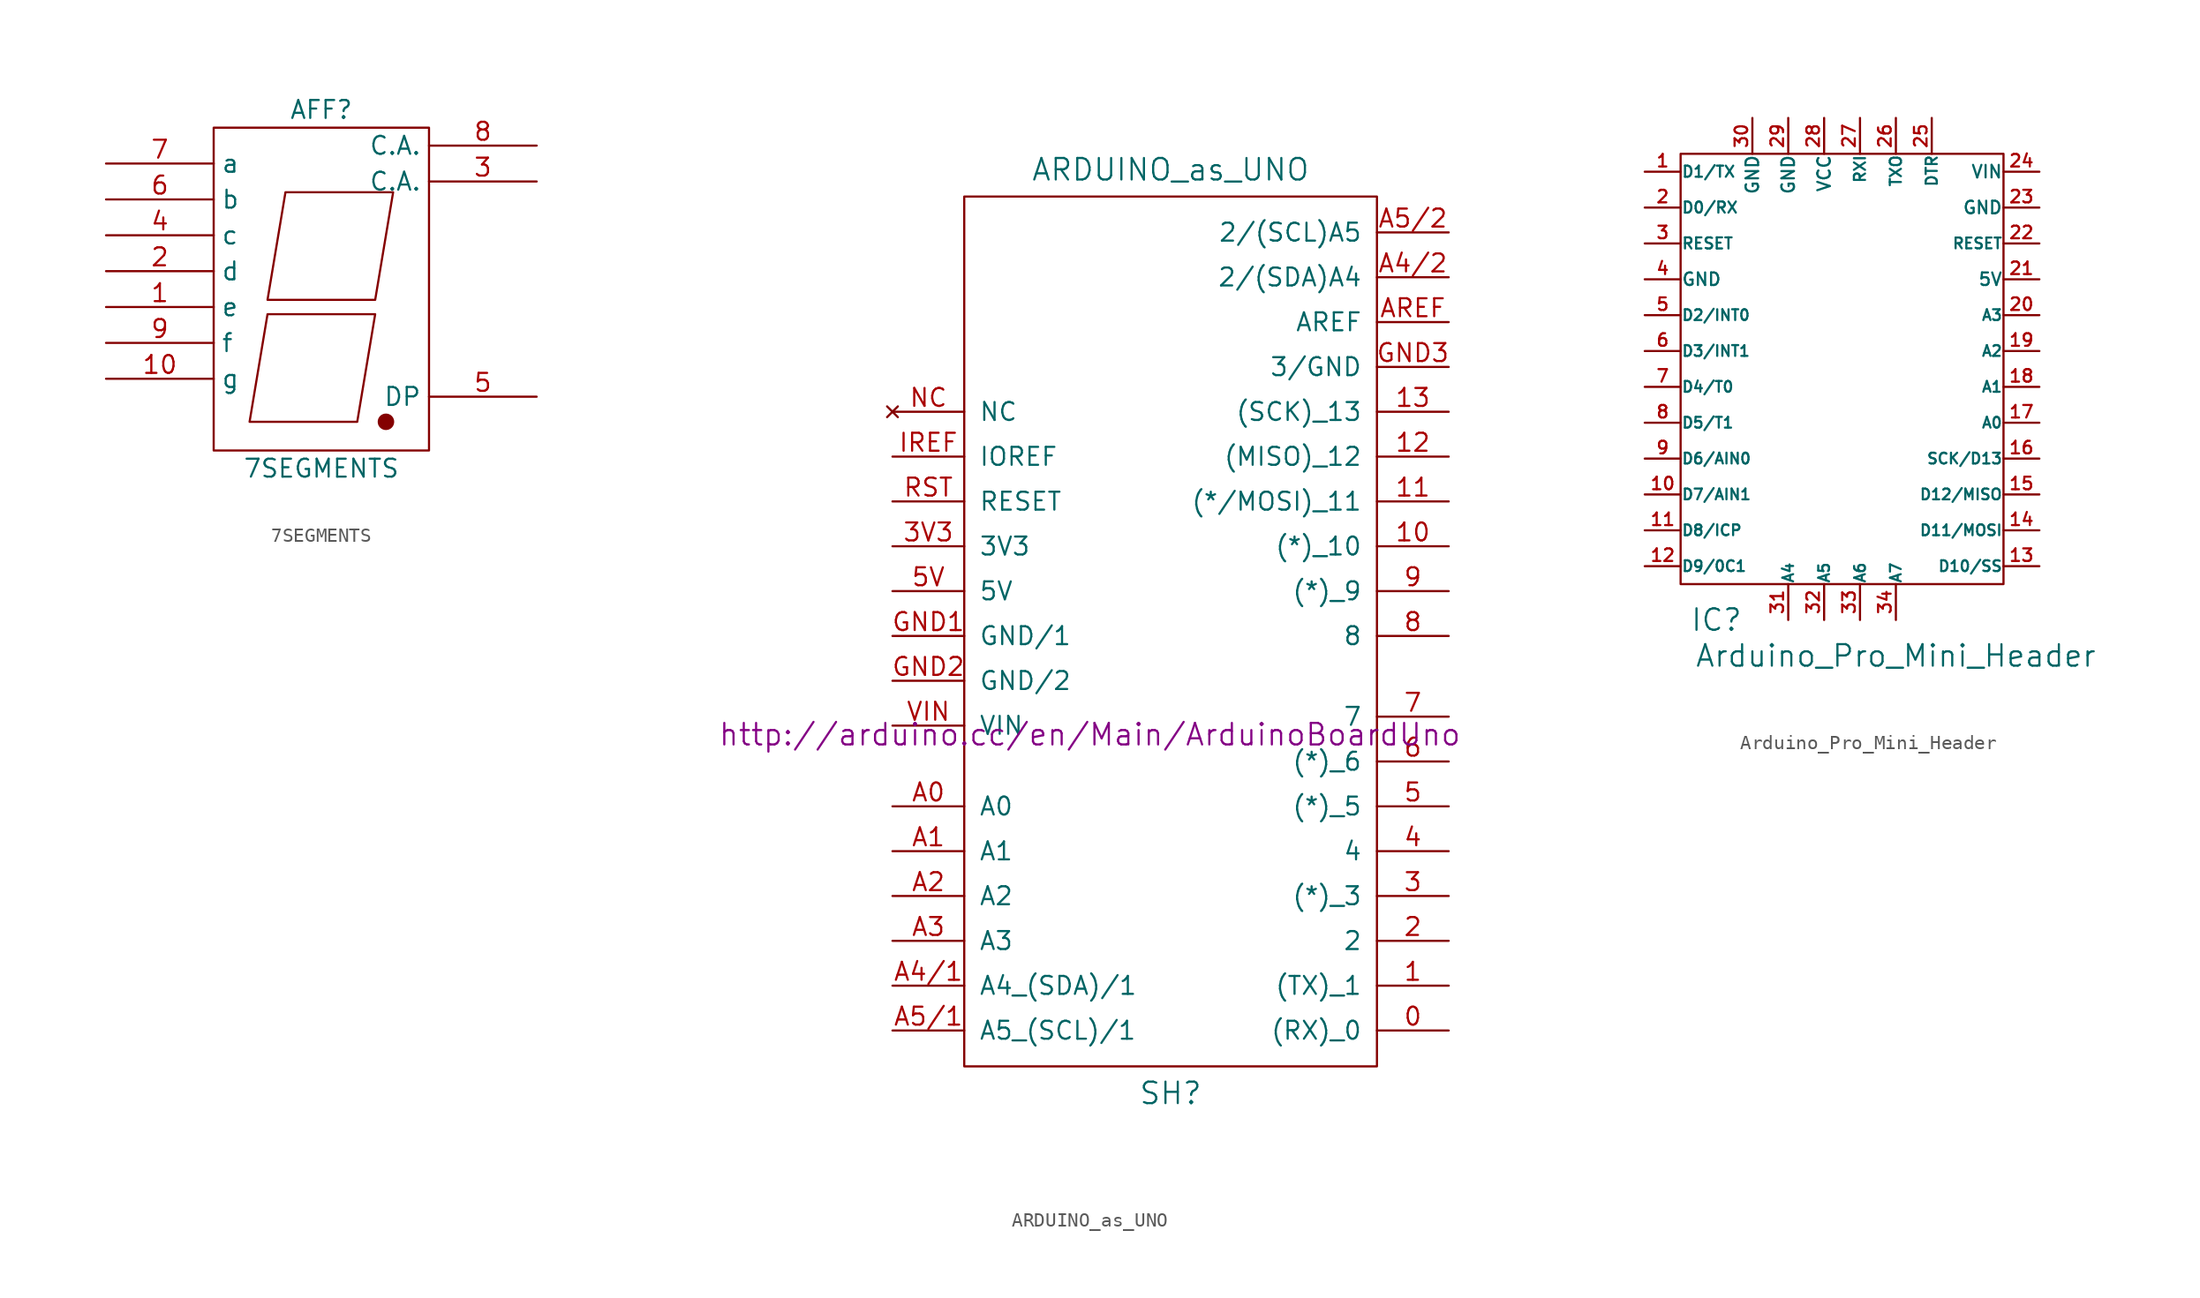
<source format=kicad_sym>
(kicad_symbol_lib
  (version 20211014)
  (generator kicad_symbol_editor)
  (symbol "7SEGMENTS"
    (property "Reference" "AFF"
      (at 0 13.97 0)
      (effects (font (size 1.27 1.27))))
    (property "Value" "7SEGMENTS"
      (at 0 -11.43 0)
      (effects (font (size 1.27 1.27))))
    (property "Footprint" ""
      (at 0 0 0)
      (effects (font (size 1.27 1.27))))
    (property "Datasheet" ""
      (at 0 0 0)
      (effects (font (size 1.27 1.27))))
    (symbol "7SEGMENTS_0_1"
      (rectangle (start -7.62 12.7) (end 7.62 -10.16) (stroke (width 0) (type default) (color 0 0 0 0)) (fill (type none)))
      (polyline (pts (xy -3.81 -0.508) (xy 3.81 -0.508) (xy 2.54 -8.128) (xy -5.08 -8.128) (xy -3.81 -0.508) (xy -3.81 -0.508)) (stroke (width 0) (type default) (color 0 0 0 0)) (fill (type none)))
      (polyline (pts (xy -2.54 8.128) (xy 5.08 8.128) (xy 3.81 0.508) (xy -3.81 0.508) (xy -2.54 8.128) (xy -2.54 8.128)) (stroke (width 0) (type default) (color 0 0 0 0)) (fill (type none)))
      (circle (center 4.572 -8.128) (radius 0.508) (stroke (width 0) (type default) (color 0 0 0 0)) (fill (type outline))))
    (symbol "7SEGMENTS_1_1"
      (pin input line (at -15.24 0 0) (length 7.62) (name "e" (effects (font (size 1.27 1.27)))) (number "1" (effects (font (size 1.27 1.27)))))
      (pin input line (at -15.24 -5.08 0) (length 7.62) (name "g" (effects (font (size 1.27 1.27)))) (number "10" (effects (font (size 1.27 1.27)))))
      (pin input line (at -15.24 2.54 0) (length 7.62) (name "d" (effects (font (size 1.27 1.27)))) (number "2" (effects (font (size 1.27 1.27)))))
      (pin input line (at 15.24 8.89 180) (length 7.62) (name "C.A." (effects (font (size 1.27 1.27)))) (number "3" (effects (font (size 1.27 1.27)))))
      (pin input line (at -15.24 5.08 0) (length 7.62) (name "c" (effects (font (size 1.27 1.27)))) (number "4" (effects (font (size 1.27 1.27)))))
      (pin input line (at 15.24 -6.35 180) (length 7.62) (name "DP" (effects (font (size 1.27 1.27)))) (number "5" (effects (font (size 1.27 1.27)))))
      (pin input line (at -15.24 7.62 0) (length 7.62) (name "b" (effects (font (size 1.27 1.27)))) (number "6" (effects (font (size 1.27 1.27)))))
      (pin input line (at -15.24 10.16 0) (length 7.62) (name "a" (effects (font (size 1.27 1.27)))) (number "7" (effects (font (size 1.27 1.27)))))
      (pin input line (at 15.24 11.43 180) (length 7.62) (name "C.A." (effects (font (size 1.27 1.27)))) (number "8" (effects (font (size 1.27 1.27)))))
      (pin input line (at -15.24 -2.54 0) (length 7.62) (name "f" (effects (font (size 1.27 1.27)))) (number "9" (effects (font (size 1.27 1.27)))))))
  (symbol "ARDUINO_as_UNO"
    (pin_names
      (offset 1.016))
    (property "Reference" "SH"
      (at 0.635 -31.115 0)
      (effects (font (size 1.524 1.524))))
    (property "Value" "ARDUINO_as_UNO"
      (at 0.635 34.29 0)
      (effects (font (size 1.524 1.524))))
    (property "Footprint" ""
      (at -5.08 -5.715 0)
      (effects (font (size 1.524 1.524))))
    (property "Datasheet" "http://arduino.cc/en/Main/ArduinoBoardUno"
      (at -5.08 -5.715 0)
      (effects (font (size 1.524 1.524))))
    (symbol "ARDUINO_as_UNO_0_1"
      (rectangle (start -13.97 -29.21) (end 15.24 32.385) (stroke (width 0) (type default) (color 0 0 0 0)) (fill (type none))))
    (symbol "ARDUINO_as_UNO_1_1"
      (pin input line (at 20.32 -26.67 180) (length 5.08) (name "(RX)_0" (effects (font (size 1.27 1.27)))) (number "0" (effects (font (size 1.27 1.27)))))
      (pin input line (at 20.32 -23.495 180) (length 5.08) (name "(TX)_1" (effects (font (size 1.27 1.27)))) (number "1" (effects (font (size 1.27 1.27)))))
      (pin input line (at 20.32 7.62 180) (length 5.08) (name "(*)_10" (effects (font (size 1.27 1.27)))) (number "10" (effects (font (size 1.27 1.27)))))
      (pin input line (at 20.32 10.795 180) (length 5.08) (name "(*/MOSI)_11" (effects (font (size 1.27 1.27)))) (number "11" (effects (font (size 1.27 1.27)))))
      (pin input line (at 20.32 13.97 180) (length 5.08) (name "(MISO)_12" (effects (font (size 1.27 1.27)))) (number "12" (effects (font (size 1.27 1.27)))))
      (pin input line (at 20.32 17.145 180) (length 5.08) (name "(SCK)_13" (effects (font (size 1.27 1.27)))) (number "13" (effects (font (size 1.27 1.27)))))
      (pin input line (at 20.32 -20.32 180) (length 5.08) (name "2" (effects (font (size 1.27 1.27)))) (number "2" (effects (font (size 1.27 1.27)))))
      (pin input line (at 20.32 -17.145 180) (length 5.08) (name "(*)_3" (effects (font (size 1.27 1.27)))) (number "3" (effects (font (size 1.27 1.27)))))
      (pin input line (at -19.05 7.62 0) (length 5.08) (name "3V3" (effects (font (size 1.27 1.27)))) (number "3V3" (effects (font (size 1.27 1.27)))))
      (pin input line (at 20.32 -13.97 180) (length 5.08) (name "4" (effects (font (size 1.27 1.27)))) (number "4" (effects (font (size 1.27 1.27)))))
      (pin input line (at 20.32 -10.795 180) (length 5.08) (name "(*)_5" (effects (font (size 1.27 1.27)))) (number "5" (effects (font (size 1.27 1.27)))))
      (pin input line (at -19.05 4.445 0) (length 5.08) (name "5V" (effects (font (size 1.27 1.27)))) (number "5V" (effects (font (size 1.27 1.27)))))
      (pin input line (at 20.32 -7.62 180) (length 5.08) (name "(*)_6" (effects (font (size 1.27 1.27)))) (number "6" (effects (font (size 1.27 1.27)))))
      (pin input line (at 20.32 -4.445 180) (length 5.08) (name "7" (effects (font (size 1.27 1.27)))) (number "7" (effects (font (size 1.27 1.27)))))
      (pin input line (at 20.32 1.27 180) (length 5.08) (name "8" (effects (font (size 1.27 1.27)))) (number "8" (effects (font (size 1.27 1.27)))))
      (pin input line (at 20.32 4.445 180) (length 5.08) (name "(*)_9" (effects (font (size 1.27 1.27)))) (number "9" (effects (font (size 1.27 1.27)))))
      (pin input line (at -19.05 -10.795 0) (length 5.08) (name "A0" (effects (font (size 1.27 1.27)))) (number "A0" (effects (font (size 1.27 1.27)))))
      (pin input line (at -19.05 -13.97 0) (length 5.08) (name "A1" (effects (font (size 1.27 1.27)))) (number "A1" (effects (font (size 1.27 1.27)))))
      (pin input line (at -19.05 -17.145 0) (length 5.08) (name "A2" (effects (font (size 1.27 1.27)))) (number "A2" (effects (font (size 1.27 1.27)))))
      (pin input line (at -19.05 -20.32 0) (length 5.08) (name "A3" (effects (font (size 1.27 1.27)))) (number "A3" (effects (font (size 1.27 1.27)))))
      (pin input line (at -19.05 -23.495 0) (length 5.08) (name "A4_(SDA)/1" (effects (font (size 1.27 1.27)))) (number "A4/1" (effects (font (size 1.27 1.27)))))
      (pin input line (at 20.32 26.67 180) (length 5.08) (name "2/(SDA)A4" (effects (font (size 1.27 1.27)))) (number "A4/2" (effects (font (size 1.27 1.27)))))
      (pin input line (at -19.05 -26.67 0) (length 5.08) (name "A5_(SCL)/1" (effects (font (size 1.27 1.27)))) (number "A5/1" (effects (font (size 1.27 1.27)))))
      (pin input line (at 20.32 29.845 180) (length 5.08) (name "2/(SCL)A5" (effects (font (size 1.27 1.27)))) (number "A5/2" (effects (font (size 1.27 1.27)))))
      (pin input line (at 20.32 23.495 180) (length 5.08) (name "AREF" (effects (font (size 1.27 1.27)))) (number "AREF" (effects (font (size 1.27 1.27)))))
      (pin input line (at -19.05 1.27 0) (length 5.08) (name "GND/1" (effects (font (size 1.27 1.27)))) (number "GND1" (effects (font (size 1.27 1.27)))))
      (pin input line (at -19.05 -1.905 0) (length 5.08) (name "GND/2" (effects (font (size 1.27 1.27)))) (number "GND2" (effects (font (size 1.27 1.27)))))
      (pin input line (at 20.32 20.32 180) (length 5.08) (name "3/GND" (effects (font (size 1.27 1.27)))) (number "GND3" (effects (font (size 1.27 1.27)))))
      (pin input line (at -19.05 13.97 0) (length 5.08) (name "IOREF" (effects (font (size 1.27 1.27)))) (number "IREF" (effects (font (size 1.27 1.27)))))
      (pin no_connect line (at -19.05 17.145 0) (length 5.08) (name "NC" (effects (font (size 1.27 1.27)))) (number "NC" (effects (font (size 1.27 1.27)))))
      (pin input line (at -19.05 10.795 0) (length 5.08) (name "RESET" (effects (font (size 1.27 1.27)))) (number "RST" (effects (font (size 1.27 1.27)))))
      (pin input line (at -19.05 -5.08 0) (length 5.08) (name "VIN" (effects (font (size 1.27 1.27)))) (number "VIN" (effects (font (size 1.27 1.27)))))))
  (symbol "Arduino_Pro_Mini_Header"
    (pin_names
      (offset 0.025))
    (property "Reference" "IC"
      (at -8.89 -17.78 0)
      (effects (font (size 1.524 1.524))))
    (property "Value" "Arduino_Pro_Mini_Header"
      (at 3.81 -20.32 0)
      (effects (font (size 1.524 1.524))))
    (property "Footprint" ""
      (at 3.81 -3.81 0)
      (effects (font (size 1.524 1.524))))
    (property "Datasheet" ""
      (at 3.81 -3.81 0)
      (effects (font (size 1.524 1.524))))
    (symbol "Arduino_Pro_Mini_Header_0_1"
      (rectangle (start -11.43 -15.24) (end 11.43 15.24) (stroke (width 0) (type default) (color 0 0 0 0)) (fill (type none))))
    (symbol "Arduino_Pro_Mini_Header_1_1"
      (pin passive line (at -13.97 13.97 0) (length 2.54) (name "D1/TX" (effects (font (size 0.787 0.787)))) (number "1" (effects (font (size 0.889 0.889)))))
      (pin passive line (at -13.97 -8.89 0) (length 2.54) (name "D7/AIN1" (effects (font (size 0.762 0.762)))) (number "10" (effects (font (size 0.889 0.889)))))
      (pin passive line (at -13.97 -11.43 0) (length 2.54) (name "D8/ICP" (effects (font (size 0.762 0.762)))) (number "11" (effects (font (size 0.889 0.889)))))
      (pin passive line (at -13.97 -13.97 0) (length 2.54) (name "D9/0C1" (effects (font (size 0.762 0.762)))) (number "12" (effects (font (size 0.889 0.889)))))
      (pin passive line (at 13.97 -13.97 180) (length 2.54) (name "D10/SS" (effects (font (size 0.762 0.762)))) (number "13" (effects (font (size 0.889 0.889)))))
      (pin passive line (at 13.97 -11.43 180) (length 2.54) (name "D11/MOSI" (effects (font (size 0.762 0.762)))) (number "14" (effects (font (size 0.889 0.889)))))
      (pin passive line (at 13.97 -8.89 180) (length 2.54) (name "D12/MISO" (effects (font (size 0.762 0.762)))) (number "15" (effects (font (size 0.889 0.889)))))
      (pin passive line (at 13.97 -6.35 180) (length 2.54) (name "SCK/D13" (effects (font (size 0.762 0.762)))) (number "16" (effects (font (size 0.889 0.889)))))
      (pin passive line (at 13.97 -3.81 180) (length 2.54) (name "A0" (effects (font (size 0.762 0.762)))) (number "17" (effects (font (size 0.889 0.889)))))
      (pin passive line (at 13.97 -1.27 180) (length 2.54) (name "A1" (effects (font (size 0.762 0.762)))) (number "18" (effects (font (size 0.889 0.889)))))
      (pin passive line (at 13.97 1.27 180) (length 2.54) (name "A2" (effects (font (size 0.762 0.762)))) (number "19" (effects (font (size 0.889 0.889)))))
      (pin passive line (at -13.97 11.43 0) (length 2.54) (name "D0/RX" (effects (font (size 0.787 0.787)))) (number "2" (effects (font (size 0.889 0.889)))))
      (pin passive line (at 13.97 3.81 180) (length 2.54) (name "A3" (effects (font (size 0.762 0.762)))) (number "20" (effects (font (size 0.889 0.889)))))
      (pin passive line (at 13.97 6.35 180) (length 2.54) (name "5V" (effects (font (size 0.889 0.889)))) (number "21" (effects (font (size 0.889 0.889)))))
      (pin passive line (at 13.97 8.89 180) (length 2.54) (name "RESET" (effects (font (size 0.762 0.762)))) (number "22" (effects (font (size 0.889 0.889)))))
      (pin passive line (at 13.97 11.43 180) (length 2.54) (name "GND" (effects (font (size 0.889 0.889)))) (number "23" (effects (font (size 0.889 0.889)))))
      (pin passive line (at 13.97 13.97 180) (length 2.54) (name "VIN" (effects (font (size 0.889 0.889)))) (number "24" (effects (font (size 0.889 0.889)))))
      (pin passive line (at 6.35 17.78 270) (length 2.54) (name "DTR" (effects (font (size 0.787 0.787)))) (number "25" (effects (font (size 0.889 0.889)))))
      (pin passive line (at 3.81 17.78 270) (length 2.54) (name "TXO" (effects (font (size 0.787 0.787)))) (number "26" (effects (font (size 0.889 0.889)))))
      (pin passive line (at 1.27 17.78 270) (length 2.54) (name "RXI" (effects (font (size 0.787 0.787)))) (number "27" (effects (font (size 0.889 0.889)))))
      (pin passive line (at -1.27 17.78 270) (length 2.54) (name "VCC" (effects (font (size 0.889 0.889)))) (number "28" (effects (font (size 0.889 0.889)))))
      (pin passive line (at -3.81 17.78 270) (length 2.54) (name "GND" (effects (font (size 0.889 0.889)))) (number "29" (effects (font (size 0.889 0.889)))))
      (pin passive line (at -13.97 8.89 0) (length 2.54) (name "RESET" (effects (font (size 0.787 0.787)))) (number "3" (effects (font (size 0.889 0.889)))))
      (pin passive line (at -6.35 17.78 270) (length 2.54) (name "GND" (effects (font (size 0.889 0.889)))) (number "30" (effects (font (size 0.889 0.889)))))
      (pin passive line (at -3.81 -17.78 90) (length 2.54) (name "A4" (effects (font (size 0.762 0.762)))) (number "31" (effects (font (size 0.889 0.889)))))
      (pin passive line (at -1.27 -17.78 90) (length 2.54) (name "A5" (effects (font (size 0.762 0.762)))) (number "32" (effects (font (size 0.889 0.889)))))
      (pin passive line (at 1.27 -17.78 90) (length 2.54) (name "A6" (effects (font (size 0.762 0.762)))) (number "33" (effects (font (size 0.889 0.889)))))
      (pin passive line (at 3.81 -17.78 90) (length 2.54) (name "A7" (effects (font (size 0.762 0.762)))) (number "34" (effects (font (size 0.889 0.889)))))
      (pin passive line (at -13.97 6.35 0) (length 2.54) (name "GND" (effects (font (size 0.889 0.889)))) (number "4" (effects (font (size 0.889 0.889)))))
      (pin passive line (at -13.97 3.81 0) (length 2.54) (name "D2/INT0" (effects (font (size 0.762 0.762)))) (number "5" (effects (font (size 0.889 0.889)))))
      (pin passive line (at -13.97 1.27 0) (length 2.54) (name "D3/INT1" (effects (font (size 0.762 0.762)))) (number "6" (effects (font (size 0.889 0.889)))))
      (pin passive line (at -13.97 -1.27 0) (length 2.54) (name "D4/T0" (effects (font (size 0.762 0.762)))) (number "7" (effects (font (size 0.889 0.889)))))
      (pin passive line (at -13.97 -3.81 0) (length 2.54) (name "D5/T1" (effects (font (size 0.762 0.762)))) (number "8" (effects (font (size 0.889 0.889)))))
      (pin passive line (at -13.97 -6.35 0) (length 2.54) (name "D6/AIN0" (effects (font (size 0.762 0.762)))) (number "9" (effects (font (size 0.889 0.889))))))))
</source>
